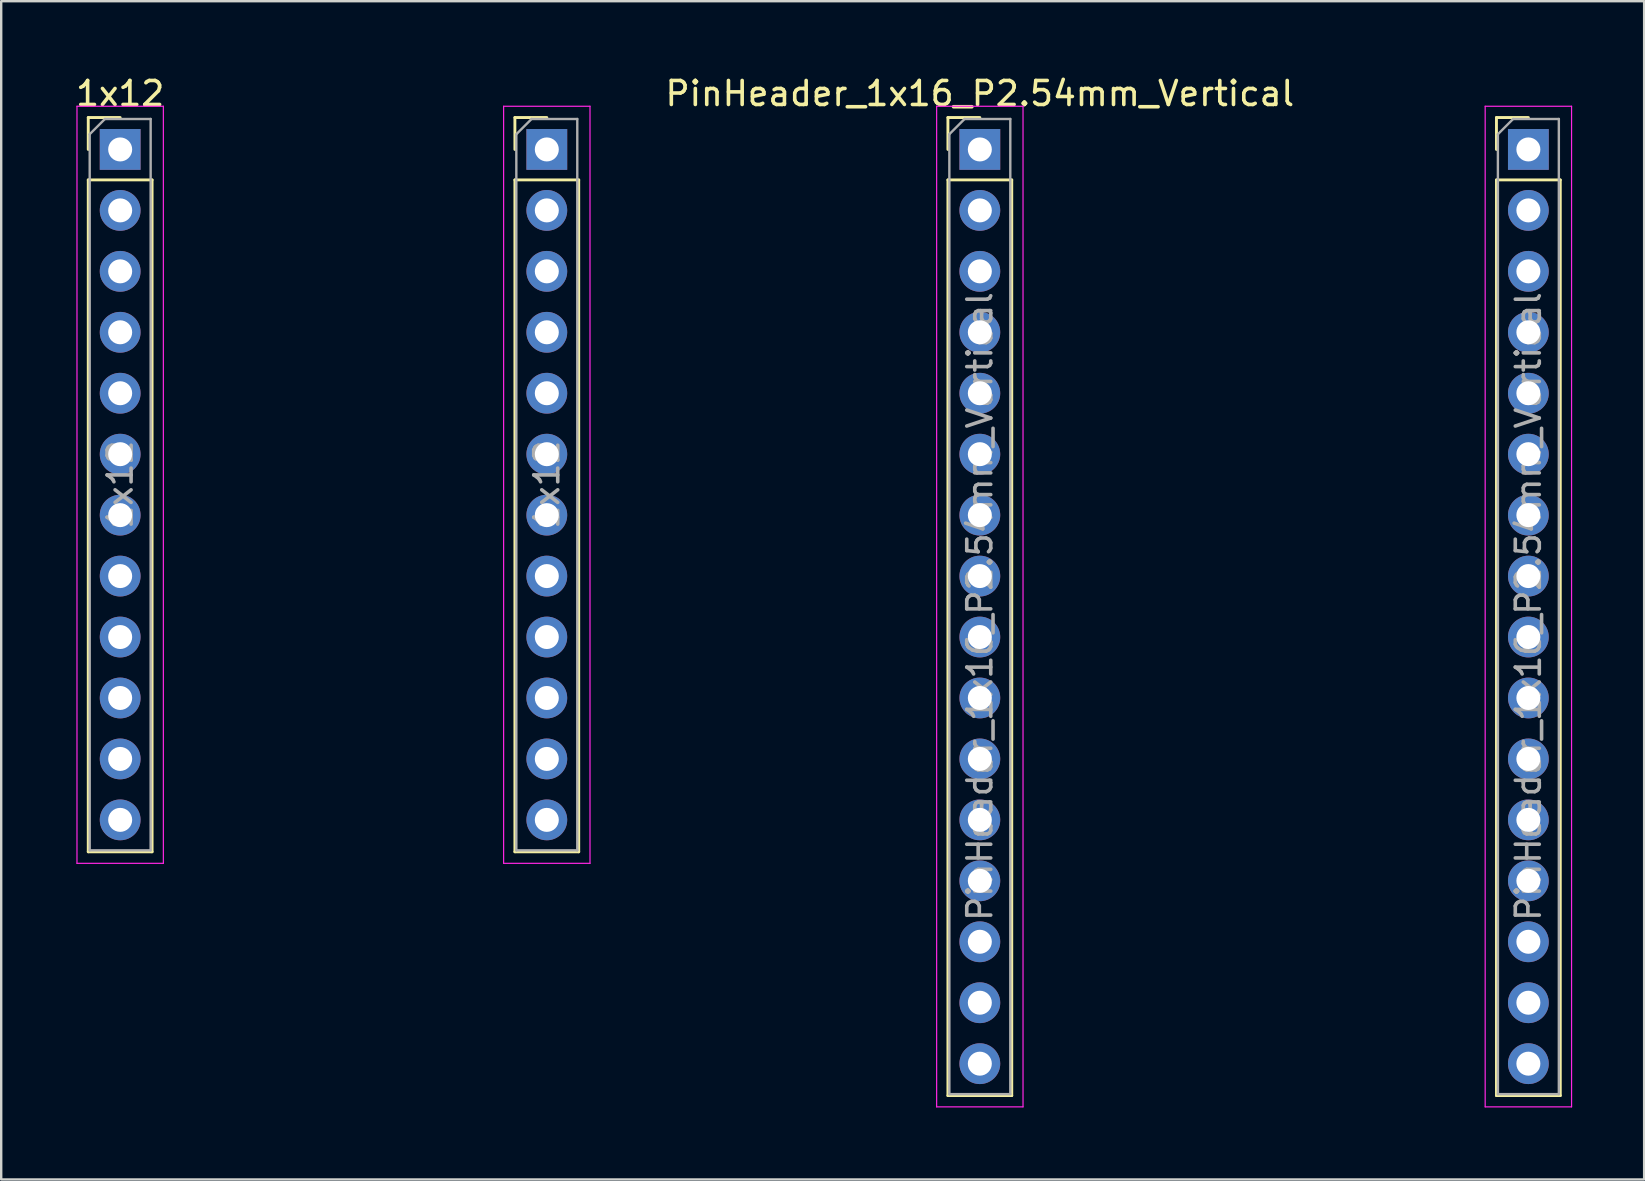
<source format=kicad_pcb>
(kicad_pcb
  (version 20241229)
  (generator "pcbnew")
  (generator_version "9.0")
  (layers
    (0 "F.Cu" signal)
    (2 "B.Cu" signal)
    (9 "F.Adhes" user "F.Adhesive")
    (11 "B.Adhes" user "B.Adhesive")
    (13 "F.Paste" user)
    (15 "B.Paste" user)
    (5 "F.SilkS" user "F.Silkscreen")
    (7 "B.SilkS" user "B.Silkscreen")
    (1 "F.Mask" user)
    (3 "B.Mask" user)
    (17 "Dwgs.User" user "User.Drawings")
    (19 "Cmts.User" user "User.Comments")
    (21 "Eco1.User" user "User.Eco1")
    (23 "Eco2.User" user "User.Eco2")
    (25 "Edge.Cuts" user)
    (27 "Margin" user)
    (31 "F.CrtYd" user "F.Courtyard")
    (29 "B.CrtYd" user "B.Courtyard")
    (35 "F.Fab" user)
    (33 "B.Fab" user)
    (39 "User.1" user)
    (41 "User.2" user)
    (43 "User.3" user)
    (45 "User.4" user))
  (footprint "1x12"
    (layer "F.Cu")
    (at 1.958 3.178)
    (property "Reference" "1x12" (at 0 -2.33 0) (layer "F.SilkS") (effects (font (size 1 1) (thickness 0.15))))
    (attr through_hole)
    (fp_line (start -1.33 -1.33) (end 0 -1.33) (stroke (width 0.12) (type solid)) (layer "F.SilkS"))
    (fp_line (start -1.33 0) (end -1.33 -1.33) (stroke (width 0.12) (type solid)) (layer "F.SilkS"))
    (fp_line (start -1.33 1.27) (end -1.33 29.27) (stroke (width 0.12) (type solid)) (layer "F.SilkS"))
    (fp_line (start -1.33 1.27) (end 1.33 1.27) (stroke (width 0.12) (type solid)) (layer "F.SilkS"))
    (fp_line (start -1.33 29.27) (end 1.33 29.27) (stroke (width 0.12) (type solid)) (layer "F.SilkS"))
    (fp_line (start 1.33 1.27) (end 1.33 29.27) (stroke (width 0.12) (type solid)) (layer "F.SilkS"))
    (fp_line (start 16.45 -1.33) (end 17.78 -1.33) (stroke (width 0.12) (type solid)) (layer "F.SilkS"))
    (fp_line (start 16.45 0) (end 16.45 -1.33) (stroke (width 0.12) (type solid)) (layer "F.SilkS"))
    (fp_line (start 16.45 1.27) (end 16.45 29.27) (stroke (width 0.12) (type solid)) (layer "F.SilkS"))
    (fp_line (start 16.45 1.27) (end 19.11 1.27) (stroke (width 0.12) (type solid)) (layer "F.SilkS"))
    (fp_line (start 16.45 29.27) (end 19.11 29.27) (stroke (width 0.12) (type solid)) (layer "F.SilkS"))
    (fp_line (start 19.11 1.27) (end 19.11 29.27) (stroke (width 0.12) (type solid)) (layer "F.SilkS"))
    (fp_line (start -1.8 -1.8) (end -1.8 29.75) (stroke (width 0.05) (type solid)) (layer "F.CrtYd"))
    (fp_line (start -1.8 29.75) (end 1.8 29.75) (stroke (width 0.05) (type solid)) (layer "F.CrtYd"))
    (fp_line (start 1.8 -1.8) (end -1.8 -1.8) (stroke (width 0.05) (type solid)) (layer "F.CrtYd"))
    (fp_line (start 1.8 29.75) (end 1.8 -1.8) (stroke (width 0.05) (type solid)) (layer "F.CrtYd"))
    (fp_line (start 15.98 -1.8) (end 15.98 29.75) (stroke (width 0.05) (type solid)) (layer "F.CrtYd"))
    (fp_line (start 15.98 29.75) (end 19.58 29.75) (stroke (width 0.05) (type solid)) (layer "F.CrtYd"))
    (fp_line (start 19.58 -1.8) (end 15.98 -1.8) (stroke (width 0.05) (type solid)) (layer "F.CrtYd"))
    (fp_line (start 19.58 29.75) (end 19.58 -1.8) (stroke (width 0.05) (type solid)) (layer "F.CrtYd"))
    (fp_line (start -1.27 -0.635) (end -0.635 -1.27) (stroke (width 0.1) (type solid)) (layer "F.Fab"))
    (fp_line (start -1.27 29.21) (end -1.27 -0.635) (stroke (width 0.1) (type solid)) (layer "F.Fab"))
    (fp_line (start -0.635 -1.27) (end 1.27 -1.27) (stroke (width 0.1) (type solid)) (layer "F.Fab"))
    (fp_line (start 1.27 -1.27) (end 1.27 29.21) (stroke (width 0.1) (type solid)) (layer "F.Fab"))
    (fp_line (start 1.27 29.21) (end -1.27 29.21) (stroke (width 0.1) (type solid)) (layer "F.Fab"))
    (fp_line (start 16.51 -0.635) (end 17.145 -1.27) (stroke (width 0.1) (type solid)) (layer "F.Fab"))
    (fp_line (start 16.51 29.21) (end 16.51 -0.635) (stroke (width 0.1) (type solid)) (layer "F.Fab"))
    (fp_line (start 17.145 -1.27) (end 19.05 -1.27) (stroke (width 0.1) (type solid)) (layer "F.Fab"))
    (fp_line (start 19.05 -1.27) (end 19.05 29.21) (stroke (width 0.1) (type solid)) (layer "F.Fab"))
    (fp_line (start 19.05 29.21) (end 16.51 29.21) (stroke (width 0.1) (type solid)) (layer "F.Fab"))
    (fp_text user "${REFERENCE}" (at 0 13.97 90) (layer "F.Fab") (effects (font (size 1 1) (thickness 0.15))))
    (fp_text user "${REFERENCE}" (at 17.78 13.97 90) (layer "F.Fab") (effects (font (size 1 1) (thickness 0.15))))
    (pad "1" thru_hole rect (at 0 0) (size 1.7 1.7) (drill 1) (layers "*.Cu" "*.Mask"))
    (pad "2" thru_hole oval (at 0 2.54) (size 1.7 1.7) (drill 1) (layers "*.Cu" "*.Mask"))
    (pad "3" thru_hole oval (at 0 5.08) (size 1.7 1.7) (drill 1) (layers "*.Cu" "*.Mask"))
    (pad "4" thru_hole oval (at 0 7.62) (size 1.7 1.7) (drill 1) (layers "*.Cu" "*.Mask"))
    (pad "5" thru_hole oval (at 0 10.16) (size 1.7 1.7) (drill 1) (layers "*.Cu" "*.Mask"))
    (pad "6" thru_hole oval (at 0 12.7) (size 1.7 1.7) (drill 1) (layers "*.Cu" "*.Mask"))
    (pad "7" thru_hole oval (at 0 15.24) (size 1.7 1.7) (drill 1) (layers "*.Cu" "*.Mask"))
    (pad "8" thru_hole oval (at 0 17.78) (size 1.7 1.7) (drill 1) (layers "*.Cu" "*.Mask"))
    (pad "9" thru_hole oval (at 0 20.32) (size 1.7 1.7) (drill 1) (layers "*.Cu" "*.Mask"))
    (pad "10" thru_hole oval (at 0 22.86) (size 1.7 1.7) (drill 1) (layers "*.Cu" "*.Mask"))
    (pad "11" thru_hole oval (at 0 25.4) (size 1.7 1.7) (drill 1) (layers "*.Cu" "*.Mask"))
    (pad "12" thru_hole oval (at 0 27.94) (size 1.7 1.7) (drill 1) (layers "*.Cu" "*.Mask"))
    (pad "13" thru_hole oval (at 17.78 27.94) (size 1.7 1.7) (drill 1) (layers "*.Cu" "*.Mask"))
    (pad "14" thru_hole oval (at 17.78 25.4) (size 1.7 1.7) (drill 1) (layers "*.Cu" "*.Mask"))
    (pad "15" thru_hole oval (at 17.78 22.86) (size 1.7 1.7) (drill 1) (layers "*.Cu" "*.Mask"))
    (pad "16" thru_hole oval (at 17.78 20.32) (size 1.7 1.7) (drill 1) (layers "*.Cu" "*.Mask"))
    (pad "17" thru_hole oval (at 17.78 17.78) (size 1.7 1.7) (drill 1) (layers "*.Cu" "*.Mask"))
    (pad "18" thru_hole oval (at 17.78 15.24) (size 1.7 1.7) (drill 1) (layers "*.Cu" "*.Mask"))
    (pad "19" thru_hole oval (at 17.78 12.7) (size 1.7 1.7) (drill 1) (layers "*.Cu" "*.Mask"))
    (pad "20" thru_hole oval (at 17.78 10.16) (size 1.7 1.7) (drill 1) (layers "*.Cu" "*.Mask"))
    (pad "21" thru_hole oval (at 17.78 7.62) (size 1.7 1.7) (drill 1) (layers "*.Cu" "*.Mask"))
    (pad "22" thru_hole oval (at 17.78 5.08) (size 1.7 1.7) (drill 1) (layers "*.Cu" "*.Mask"))
    (pad "23" thru_hole oval (at 17.78 2.54) (size 1.7 1.7) (drill 1) (layers "*.Cu" "*.Mask"))
    (pad "24" thru_hole rect (at 17.78 0) (size 1.7 1.7) (drill 1) (layers "*.Cu" "*.Mask")))
  (footprint "PinHeader_1x16_P2.54mm_Vertical"
    (layer "F.Cu")
    (at 37.784 3.178)
    (property "Reference" "PinHeader_1x16_P2.54mm_Vertical" (at 0 -2.33 0) (layer "F.SilkS") (effects (font (size 1 1) (thickness 0.15))))
    (attr through_hole)
    (fp_line (start -1.33 -1.33) (end 0 -1.33) (stroke (width 0.12) (type solid)) (layer "F.SilkS"))
    (fp_line (start -1.33 0) (end -1.33 -1.33) (stroke (width 0.12) (type solid)) (layer "F.SilkS"))
    (fp_line (start -1.33 1.27) (end -1.33 39.43) (stroke (width 0.12) (type solid)) (layer "F.SilkS"))
    (fp_line (start -1.33 1.27) (end 1.33 1.27) (stroke (width 0.12) (type solid)) (layer "F.SilkS"))
    (fp_line (start -1.33 39.43) (end 1.33 39.43) (stroke (width 0.12) (type solid)) (layer "F.SilkS"))
    (fp_line (start 1.33 1.27) (end 1.33 39.43) (stroke (width 0.12) (type solid)) (layer "F.SilkS"))
    (fp_line (start 21.53 -1.33) (end 22.86 -1.33) (stroke (width 0.12) (type solid)) (layer "F.SilkS"))
    (fp_line (start 21.53 0) (end 21.53 -1.33) (stroke (width 0.12) (type solid)) (layer "F.SilkS"))
    (fp_line (start 21.53 1.27) (end 21.53 39.43) (stroke (width 0.12) (type solid)) (layer "F.SilkS"))
    (fp_line (start 21.53 1.27) (end 24.19 1.27) (stroke (width 0.12) (type solid)) (layer "F.SilkS"))
    (fp_line (start 21.53 39.43) (end 24.19 39.43) (stroke (width 0.12) (type solid)) (layer "F.SilkS"))
    (fp_line (start 24.19 1.27) (end 24.19 39.43) (stroke (width 0.12) (type solid)) (layer "F.SilkS"))
    (fp_line (start -1.8 -1.8) (end -1.8 39.9) (stroke (width 0.05) (type solid)) (layer "F.CrtYd"))
    (fp_line (start -1.8 39.9) (end 1.8 39.9) (stroke (width 0.05) (type solid)) (layer "F.CrtYd"))
    (fp_line (start 1.8 -1.8) (end -1.8 -1.8) (stroke (width 0.05) (type solid)) (layer "F.CrtYd"))
    (fp_line (start 1.8 39.9) (end 1.8 -1.8) (stroke (width 0.05) (type solid)) (layer "F.CrtYd"))
    (fp_line (start 21.06 -1.8) (end 21.06 39.9) (stroke (width 0.05) (type solid)) (layer "F.CrtYd"))
    (fp_line (start 21.06 39.9) (end 24.66 39.9) (stroke (width 0.05) (type solid)) (layer "F.CrtYd"))
    (fp_line (start 24.66 -1.8) (end 21.06 -1.8) (stroke (width 0.05) (type solid)) (layer "F.CrtYd"))
    (fp_line (start 24.66 39.9) (end 24.66 -1.8) (stroke (width 0.05) (type solid)) (layer "F.CrtYd"))
    (fp_line (start -1.27 -0.635) (end -0.635 -1.27) (stroke (width 0.1) (type solid)) (layer "F.Fab"))
    (fp_line (start -1.27 39.37) (end -1.27 -0.635) (stroke (width 0.1) (type solid)) (layer "F.Fab"))
    (fp_line (start -0.635 -1.27) (end 1.27 -1.27) (stroke (width 0.1) (type solid)) (layer "F.Fab"))
    (fp_line (start 1.27 -1.27) (end 1.27 39.37) (stroke (width 0.1) (type solid)) (layer "F.Fab"))
    (fp_line (start 1.27 39.37) (end -1.27 39.37) (stroke (width 0.1) (type solid)) (layer "F.Fab"))
    (fp_line (start 21.59 -0.635) (end 22.225 -1.27) (stroke (width 0.1) (type solid)) (layer "F.Fab"))
    (fp_line (start 21.59 39.37) (end 21.59 -0.635) (stroke (width 0.1) (type solid)) (layer "F.Fab"))
    (fp_line (start 22.225 -1.27) (end 24.13 -1.27) (stroke (width 0.1) (type solid)) (layer "F.Fab"))
    (fp_line (start 24.13 -1.27) (end 24.13 39.37) (stroke (width 0.1) (type solid)) (layer "F.Fab"))
    (fp_line (start 24.13 39.37) (end 21.59 39.37) (stroke (width 0.1) (type solid)) (layer "F.Fab"))
    (fp_text user "${REFERENCE}" (at 22.86 19.05 90) (layer "F.Fab") (effects (font (size 1 1) (thickness 0.15))))
    (fp_text user "${REFERENCE}" (at 0 19.05 90) (layer "F.Fab") (effects (font (size 1 1) (thickness 0.15))))
    (pad "1" thru_hole rect (at 0 0) (size 1.7 1.7) (drill 1) (layers "*.Cu" "*.Mask"))
    (pad "2" thru_hole oval (at 0 2.54) (size 1.7 1.7) (drill 1) (layers "*.Cu" "*.Mask"))
    (pad "3" thru_hole oval (at 0 5.08) (size 1.7 1.7) (drill 1) (layers "*.Cu" "*.Mask"))
    (pad "4" thru_hole oval (at 0 7.62) (size 1.7 1.7) (drill 1) (layers "*.Cu" "*.Mask"))
    (pad "5" thru_hole oval (at 0 10.16) (size 1.7 1.7) (drill 1) (layers "*.Cu" "*.Mask"))
    (pad "6" thru_hole oval (at 0 12.7) (size 1.7 1.7) (drill 1) (layers "*.Cu" "*.Mask"))
    (pad "7" thru_hole oval (at 0 15.24) (size 1.7 1.7) (drill 1) (layers "*.Cu" "*.Mask"))
    (pad "8" thru_hole oval (at 0 17.78) (size 1.7 1.7) (drill 1) (layers "*.Cu" "*.Mask"))
    (pad "9" thru_hole oval (at 0 20.32) (size 1.7 1.7) (drill 1) (layers "*.Cu" "*.Mask"))
    (pad "10" thru_hole oval (at 0 22.86) (size 1.7 1.7) (drill 1) (layers "*.Cu" "*.Mask"))
    (pad "11" thru_hole oval (at 0 25.4) (size 1.7 1.7) (drill 1) (layers "*.Cu" "*.Mask"))
    (pad "12" thru_hole oval (at 0 27.94) (size 1.7 1.7) (drill 1) (layers "*.Cu" "*.Mask"))
    (pad "13" thru_hole oval (at 0 30.48) (size 1.7 1.7) (drill 1) (layers "*.Cu" "*.Mask"))
    (pad "14" thru_hole oval (at 0 33.02) (size 1.7 1.7) (drill 1) (layers "*.Cu" "*.Mask"))
    (pad "15" thru_hole oval (at 0 35.56) (size 1.7 1.7) (drill 1) (layers "*.Cu" "*.Mask"))
    (pad "16" thru_hole oval (at 0 38.1) (size 1.7 1.7) (drill 1) (layers "*.Cu" "*.Mask"))
    (pad "17" thru_hole oval (at 22.86 38.1) (size 1.7 1.7) (drill 1) (layers "*.Cu" "*.Mask"))
    (pad "18" thru_hole oval (at 22.86 35.56) (size 1.7 1.7) (drill 1) (layers "*.Cu" "*.Mask"))
    (pad "19" thru_hole oval (at 22.86 33.02) (size 1.7 1.7) (drill 1) (layers "*.Cu" "*.Mask"))
    (pad "20" thru_hole oval (at 22.86 30.48) (size 1.7 1.7) (drill 1) (layers "*.Cu" "*.Mask"))
    (pad "21" thru_hole oval (at 22.86 27.94) (size 1.7 1.7) (drill 1) (layers "*.Cu" "*.Mask"))
    (pad "22" thru_hole oval (at 22.86 25.4) (size 1.7 1.7) (drill 1) (layers "*.Cu" "*.Mask"))
    (pad "23" thru_hole oval (at 22.86 22.86) (size 1.7 1.7) (drill 1) (layers "*.Cu" "*.Mask"))
    (pad "24" thru_hole oval (at 22.86 20.32) (size 1.7 1.7) (drill 1) (layers "*.Cu" "*.Mask"))
    (pad "25" thru_hole oval (at 22.86 17.78) (size 1.7 1.7) (drill 1) (layers "*.Cu" "*.Mask"))
    (pad "26" thru_hole oval (at 22.86 15.24) (size 1.7 1.7) (drill 1) (layers "*.Cu" "*.Mask"))
    (pad "27" thru_hole oval (at 22.86 12.7) (size 1.7 1.7) (drill 1) (layers "*.Cu" "*.Mask"))
    (pad "28" thru_hole oval (at 22.86 10.16) (size 1.7 1.7) (drill 1) (layers "*.Cu" "*.Mask"))
    (pad "29" thru_hole oval (at 22.86 7.62) (size 1.7 1.7) (drill 1) (layers "*.Cu" "*.Mask"))
    (pad "30" thru_hole oval (at 22.86 5.08) (size 1.7 1.7) (drill 1) (layers "*.Cu" "*.Mask"))
    (pad "31" thru_hole oval (at 22.86 2.54) (size 1.7 1.7) (drill 1) (layers "*.Cu" "*.Mask"))
    (pad "32" thru_hole rect (at 22.86 0) (size 1.7 1.7) (drill 1) (layers "*.Cu" "*.Mask")))
  (gr_rect
    (start -3 -3)
    (end 65.469 46.103)
    (stroke (width 0.1) (type default))
    (fill no)
    (layer "Edge.Cuts")))
</source>
